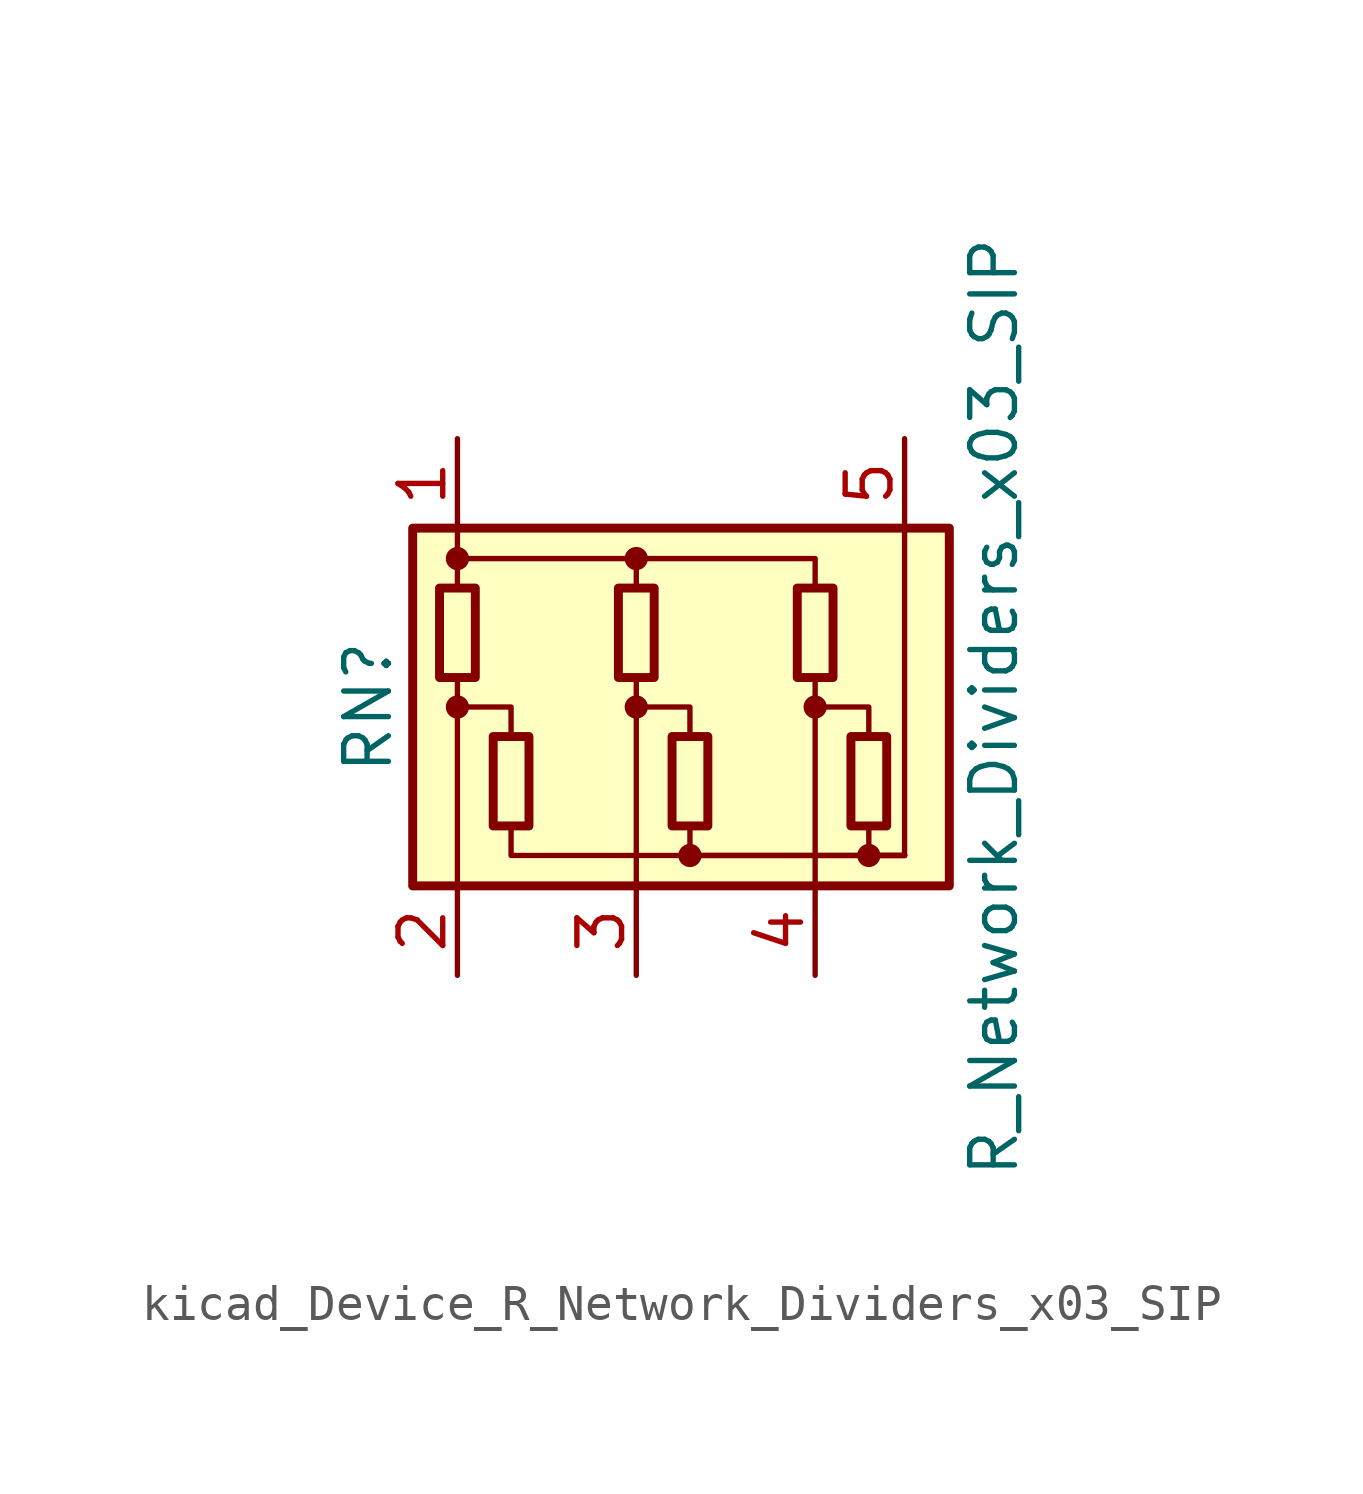
<source format=kicad_sym>
(kicad_symbol_lib
  (version 20220914)
  (generator kicad_symbol_editor)
  (symbol "kicad_Device_R_Network_Dividers_x03_SIP"
    (pin_names
      (offset 0) hide)
    (property "Reference" "RN"
      (at -7.62 0 90)
      (effects (font (size 1.27 1.27))))
    (property "Value" "R_Network_Dividers_x03_SIP"
      (at 10.16 0 90)
      (effects (font (size 1.27 1.27))))
    (symbol "kicad_Device_R_Network_Dividers_x03_SIP_0_1"
      (rectangle (start -6.35 -5.08) (end 8.89 5.08) (stroke (width 0.254) (type default)) (fill (type background)))
      (rectangle (start -5.588 3.378) (end -4.572 0.838) (stroke (width 0.254) (type default)) (fill (type none)))
      (circle (center -5.08 0) (radius 0.254) (stroke (width 0) (type default)) (fill (type outline)))
      (circle (center -5.08 4.216) (radius 0.254) (stroke (width 0) (type default)) (fill (type outline)))
      (rectangle (start -4.064 -3.378) (end -3.048 -0.838) (stroke (width 0.254) (type default)) (fill (type none)))
      (rectangle (start -0.508 3.378) (end 0.508 0.838) (stroke (width 0.254) (type default)) (fill (type none)))
      (polyline (pts (xy -5.08 -5.08) (xy -5.08 0.838)) (stroke (width 0) (type default)) (fill (type none)))
      (polyline (pts (xy -5.08 5.08) (xy -5.08 3.378)) (stroke (width 0) (type default)) (fill (type none)))
      (polyline (pts (xy 0 -5.08) (xy 0 0.838)) (stroke (width 0) (type default)) (fill (type none)))
      (polyline (pts (xy 5.08 -5.08) (xy 5.08 0.838)) (stroke (width 0) (type default)) (fill (type none)))
      (polyline (pts (xy 7.62 -4.216) (xy 7.62 5.08)) (stroke (width 0) (type default)) (fill (type none)))
      (polyline (pts (xy -5.08 0) (xy -3.556 0) (xy -3.556 -0.838)) (stroke (width 0) (type default)) (fill (type none)))
      (polyline (pts (xy -5.08 4.216) (xy 0 4.216) (xy 0 3.378)) (stroke (width 0) (type default)) (fill (type none)))
      (polyline (pts (xy -3.556 -3.378) (xy -3.556 -4.216) (xy 7.62 -4.216)) (stroke (width 0) (type default)) (fill (type none)))
      (polyline (pts (xy 0 0) (xy 1.524 0) (xy 1.524 -0.838)) (stroke (width 0) (type default)) (fill (type none)))
      (polyline (pts (xy 0 4.216) (xy 5.08 4.216) (xy 5.08 3.378)) (stroke (width 0) (type default)) (fill (type none)))
      (polyline (pts (xy 1.524 -3.378) (xy 1.524 -4.216) (xy 7.62 -4.216)) (stroke (width 0) (type default)) (fill (type none)))
      (polyline (pts (xy 5.08 0) (xy 6.604 0) (xy 6.604 -0.838)) (stroke (width 0) (type default)) (fill (type none)))
      (polyline (pts (xy 6.604 -3.378) (xy 6.604 -4.216) (xy 7.62 -4.216)) (stroke (width 0) (type default)) (fill (type none)))
      (circle (center 0 0) (radius 0.254) (stroke (width 0) (type default)) (fill (type outline)))
      (circle (center 0 4.216) (radius 0.254) (stroke (width 0) (type default)) (fill (type outline)))
      (rectangle (start 1.016 -3.378) (end 2.032 -0.838) (stroke (width 0.254) (type default)) (fill (type none)))
      (circle (center 1.524 -4.216) (radius 0.254) (stroke (width 0) (type default)) (fill (type outline)))
      (rectangle (start 4.572 3.378) (end 5.588 0.838) (stroke (width 0.254) (type default)) (fill (type none)))
      (circle (center 5.08 0) (radius 0.254) (stroke (width 0) (type default)) (fill (type outline)))
      (rectangle (start 6.096 -3.378) (end 7.112 -0.838) (stroke (width 0.254) (type default)) (fill (type none)))
      (circle (center 6.604 -4.216) (radius 0.254) (stroke (width 0) (type default)) (fill (type outline))))
    (symbol "kicad_Device_R_Network_Dividers_x03_SIP_1_1"
      (pin passive line (at -5.08 7.62 270) (length 2.54) (name "COM1" (effects (font (size 1.27 1.27)))) (number "1" (effects (font (size 1.27 1.27)))))
      (pin passive line (at -5.08 -7.62 90) (length 2.54) (name "R1" (effects (font (size 1.27 1.27)))) (number "2" (effects (font (size 1.27 1.27)))))
      (pin passive line (at 0 -7.62 90) (length 2.54) (name "R2" (effects (font (size 1.27 1.27)))) (number "3" (effects (font (size 1.27 1.27)))))
      (pin passive line (at 5.08 -7.62 90) (length 2.54) (name "R3" (effects (font (size 1.27 1.27)))) (number "4" (effects (font (size 1.27 1.27)))))
      (pin passive line (at 7.62 7.62 270) (length 2.54) (name "COM2" (effects (font (size 1.27 1.27)))) (number "5" (effects (font (size 1.27 1.27))))))))
</source>
